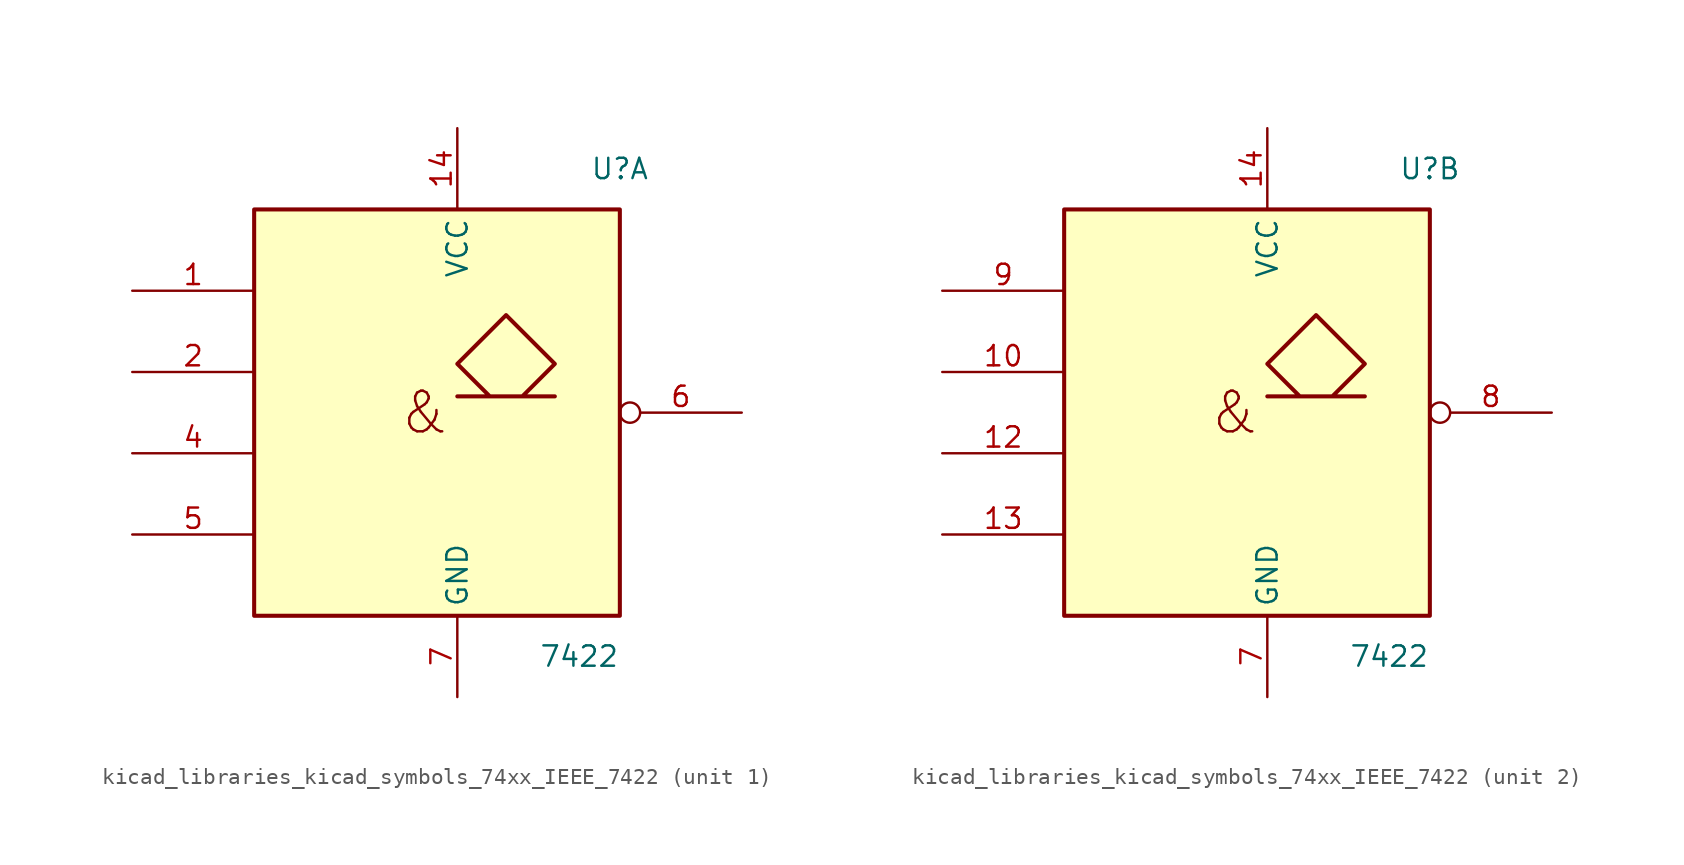
<source format=kicad_sym>
(kicad_symbol_lib
  (version 20220914)
  (generator kicad_symbol_editor)
  (symbol "kicad_libraries_kicad_symbols_74xx_IEEE_7422"
    (property "Reference" "U"
      (at 10.16 15.24 0)
      (effects (font (size 1.27 1.27))))
    (property "Value" "7422"
      (at 7.62 -15.24 0)
      (effects (font (size 1.27 1.27))))
    (symbol "kicad_libraries_kicad_symbols_74xx_IEEE_7422_0_0"
      (text "&" (at -2.032 0 0) (effects (font (size 2.54 2.54)))))
    (symbol "kicad_libraries_kicad_symbols_74xx_IEEE_7422_0_1"
      (rectangle (start -12.7 12.7) (end 10.16 -12.7) (stroke (width 0.254) (type default)) (fill (type background)))
      (polyline (pts (xy 4.064 1.016) (xy 6.096 3.048) (xy 3.048 6.096) (xy 0 3.048) (xy 2.032 1.016) (xy 0 1.016) (xy 6.096 1.016) (xy 6.096 1.016)) (stroke (width 0.254) (type default)) (fill (type background)))
      (pin power_in line (at 0 17.78 270) (length 5.08) (name "VCC" (effects (font (size 1.27 1.27)))) (number "14" (effects (font (size 1.27 1.27)))))
      (pin power_in line (at 0 -17.78 90) (length 5.08) (name "GND" (effects (font (size 1.27 1.27)))) (number "7" (effects (font (size 1.27 1.27))))))
    (symbol "kicad_libraries_kicad_symbols_74xx_IEEE_7422_1_1"
      (pin input line (at -20.32 7.62 0) (length 7.62) (name "~" (effects (font (size 1.27 1.27)))) (number "1" (effects (font (size 1.27 1.27)))))
      (pin input line (at -20.32 2.54 0) (length 7.62) (name "~" (effects (font (size 1.27 1.27)))) (number "2" (effects (font (size 1.27 1.27)))))
      (pin input line (at -20.32 -2.54 0) (length 7.62) (name "~" (effects (font (size 1.27 1.27)))) (number "4" (effects (font (size 1.27 1.27)))))
      (pin input line (at -20.32 -7.62 0) (length 7.62) (name "~" (effects (font (size 1.27 1.27)))) (number "5" (effects (font (size 1.27 1.27)))))
      (pin open_collector inverted (at 17.78 0 180) (length 7.62) (name "~" (effects (font (size 1.27 1.27)))) (number "6" (effects (font (size 1.27 1.27))))))
    (symbol "kicad_libraries_kicad_symbols_74xx_IEEE_7422_2_1"
      (pin input line (at -20.32 2.54 0) (length 7.62) (name "~" (effects (font (size 1.27 1.27)))) (number "10" (effects (font (size 1.27 1.27)))))
      (pin input line (at -20.32 -2.54 0) (length 7.62) (name "~" (effects (font (size 1.27 1.27)))) (number "12" (effects (font (size 1.27 1.27)))))
      (pin input line (at -20.32 -7.62 0) (length 7.62) (name "~" (effects (font (size 1.27 1.27)))) (number "13" (effects (font (size 1.27 1.27)))))
      (pin open_collector inverted (at 17.78 0 180) (length 7.62) (name "~" (effects (font (size 1.27 1.27)))) (number "8" (effects (font (size 1.27 1.27)))))
      (pin input line (at -20.32 7.62 0) (length 7.62) (name "~" (effects (font (size 1.27 1.27)))) (number "9" (effects (font (size 1.27 1.27))))))))
</source>
